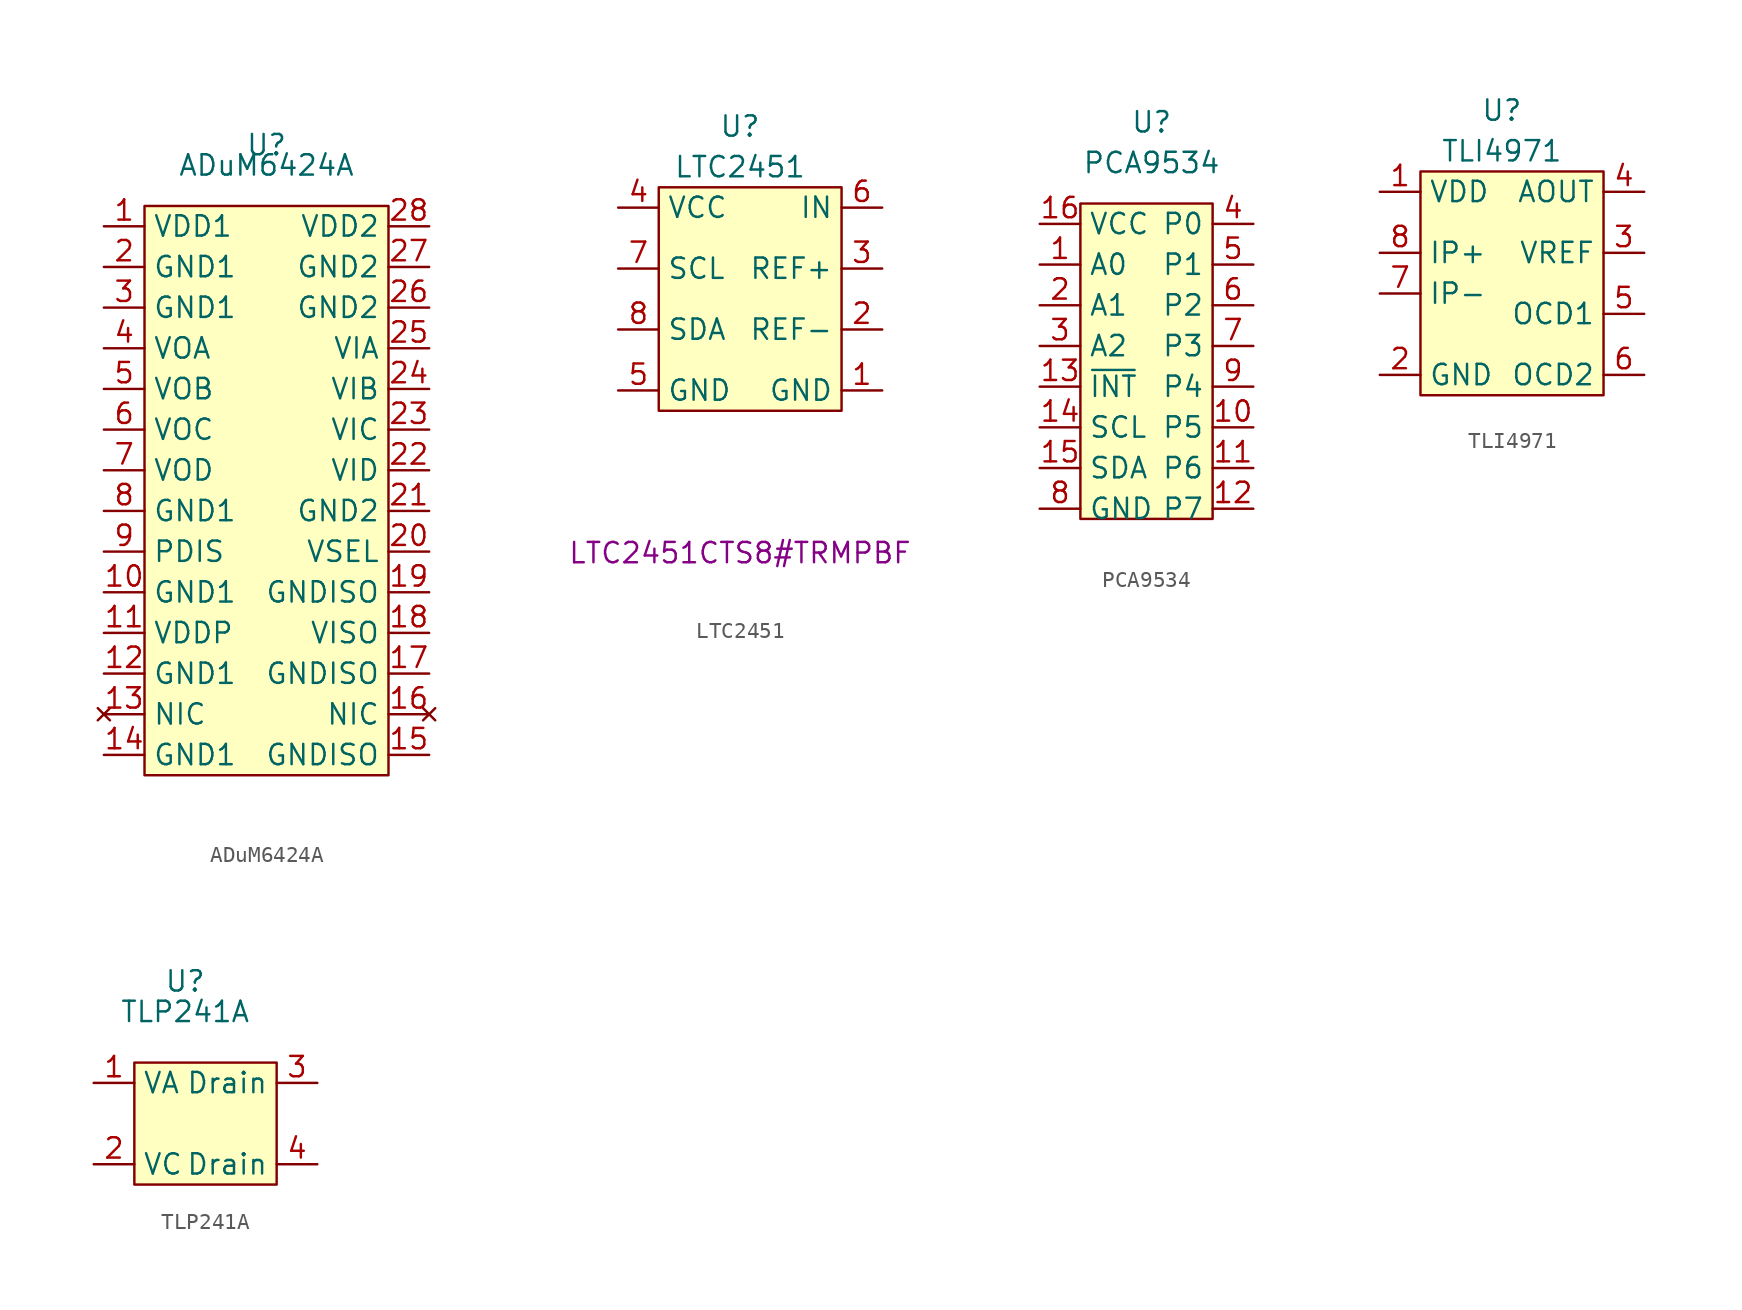
<source format=kicad_sym>
(kicad_symbol_lib
  (version 20211014)
  (generator kicad_symbol_editor)
  (symbol "ADuM6424A"
    (property "Reference" "U"
      (at 0 5.08 0)
      (effects (font (size 1.27 1.27))))
    (property "Value" "ADuM6424A"
      (at 0 3.81 0)
      (effects (font (size 1.27 1.27))))
    (symbol "ADuM6424A_0_0"
      (pin power_in line (at -10.16 0 0) (length 2.54) (name "VDD1" (effects (font (size 1.27 1.27)))) (number "1" (effects (font (size 1.27 1.27)))))
      (pin power_in line (at -10.16 -22.86 0) (length 2.54) (name "GND1" (effects (font (size 1.27 1.27)))) (number "10" (effects (font (size 1.27 1.27)))))
      (pin power_in line (at -10.16 -25.4 0) (length 2.54) (name "VDDP" (effects (font (size 1.27 1.27)))) (number "11" (effects (font (size 1.27 1.27)))))
      (pin power_in line (at -10.16 -27.94 0) (length 2.54) (name "GND1" (effects (font (size 1.27 1.27)))) (number "12" (effects (font (size 1.27 1.27)))))
      (pin no_connect line (at -10.16 -30.48 0) (length 2.54) (name "NIC" (effects (font (size 1.27 1.27)))) (number "13" (effects (font (size 1.27 1.27)))))
      (pin power_in line (at -10.16 -33.02 0) (length 2.54) (name "GND1" (effects (font (size 1.27 1.27)))) (number "14" (effects (font (size 1.27 1.27)))))
      (pin power_in line (at 10.16 -33.02 180) (length 2.54) (name "GNDISO" (effects (font (size 1.27 1.27)))) (number "15" (effects (font (size 1.27 1.27)))))
      (pin no_connect line (at 10.16 -30.48 180) (length 2.54) (name "NIC" (effects (font (size 1.27 1.27)))) (number "16" (effects (font (size 1.27 1.27)))))
      (pin power_in line (at 10.16 -27.94 180) (length 2.54) (name "GNDISO" (effects (font (size 1.27 1.27)))) (number "17" (effects (font (size 1.27 1.27)))))
      (pin power_out line (at 10.16 -25.4 180) (length 2.54) (name "VISO" (effects (font (size 1.27 1.27)))) (number "18" (effects (font (size 1.27 1.27)))))
      (pin power_in line (at 10.16 -22.86 180) (length 2.54) (name "GNDISO" (effects (font (size 1.27 1.27)))) (number "19" (effects (font (size 1.27 1.27)))))
      (pin power_in line (at -10.16 -2.54 0) (length 2.54) (name "GND1" (effects (font (size 1.27 1.27)))) (number "2" (effects (font (size 1.27 1.27)))))
      (pin input line (at 10.16 -20.32 180) (length 2.54) (name "VSEL" (effects (font (size 1.27 1.27)))) (number "20" (effects (font (size 1.27 1.27)))))
      (pin power_in line (at 10.16 -17.78 180) (length 2.54) (name "GND2" (effects (font (size 1.27 1.27)))) (number "21" (effects (font (size 1.27 1.27)))))
      (pin input line (at 10.16 -15.24 180) (length 2.54) (name "VID" (effects (font (size 1.27 1.27)))) (number "22" (effects (font (size 1.27 1.27)))))
      (pin input line (at 10.16 -12.7 180) (length 2.54) (name "VIC" (effects (font (size 1.27 1.27)))) (number "23" (effects (font (size 1.27 1.27)))))
      (pin input line (at 10.16 -10.16 180) (length 2.54) (name "VIB" (effects (font (size 1.27 1.27)))) (number "24" (effects (font (size 1.27 1.27)))))
      (pin input line (at 10.16 -7.62 180) (length 2.54) (name "VIA" (effects (font (size 1.27 1.27)))) (number "25" (effects (font (size 1.27 1.27)))))
      (pin power_in line (at 10.16 -5.08 180) (length 2.54) (name "GND2" (effects (font (size 1.27 1.27)))) (number "26" (effects (font (size 1.27 1.27)))))
      (pin power_in line (at 10.16 -2.54 180) (length 2.54) (name "GND2" (effects (font (size 1.27 1.27)))) (number "27" (effects (font (size 1.27 1.27)))))
      (pin power_in line (at 10.16 0 180) (length 2.54) (name "VDD2" (effects (font (size 1.27 1.27)))) (number "28" (effects (font (size 1.27 1.27)))))
      (pin power_in line (at -10.16 -5.08 0) (length 2.54) (name "GND1" (effects (font (size 1.27 1.27)))) (number "3" (effects (font (size 1.27 1.27)))))
      (pin output line (at -10.16 -7.62 0) (length 2.54) (name "VOA" (effects (font (size 1.27 1.27)))) (number "4" (effects (font (size 1.27 1.27)))))
      (pin output line (at -10.16 -10.16 0) (length 2.54) (name "VOB" (effects (font (size 1.27 1.27)))) (number "5" (effects (font (size 1.27 1.27)))))
      (pin output line (at -10.16 -12.7 0) (length 2.54) (name "VOC" (effects (font (size 1.27 1.27)))) (number "6" (effects (font (size 1.27 1.27)))))
      (pin output line (at -10.16 -15.24 0) (length 2.54) (name "VOD" (effects (font (size 1.27 1.27)))) (number "7" (effects (font (size 1.27 1.27)))))
      (pin power_in line (at -10.16 -17.78 0) (length 2.54) (name "GND1" (effects (font (size 1.27 1.27)))) (number "8" (effects (font (size 1.27 1.27)))))
      (pin input line (at -10.16 -20.32 0) (length 2.54) (name "PDIS" (effects (font (size 1.27 1.27)))) (number "9" (effects (font (size 1.27 1.27))))))
    (symbol "ADuM6424A_0_1"
      (rectangle (start -7.62 1.27) (end 7.62 -34.29) (stroke (width 0) (type default) (color 0 0 0 0)) (fill (type background)))))
  (symbol "LTC2451"
    (property "Reference" "U"
      (at 0 3.81 0)
      (effects (font (size 1.27 1.27))))
    (property "Value" "LTC2451"
      (at 0 1.27 0)
      (effects (font (size 1.27 1.27))))
    (property "MPN" "LTC2451CTS8#TRMPBF"
      (at 0 -22.86 0)
      (effects (font (size 1.27 1.27))))
    (symbol "LTC2451_0_0"
      (pin power_in line (at 8.89 -12.7 180) (length 2.54) (name "GND" (effects (font (size 1.27 1.27)))) (number "1" (effects (font (size 1.27 1.27)))))
      (pin input line (at 8.89 -8.89 180) (length 2.54) (name "REF-" (effects (font (size 1.27 1.27)))) (number "2" (effects (font (size 1.27 1.27)))))
      (pin input line (at 8.89 -5.08 180) (length 2.54) (name "REF+" (effects (font (size 1.27 1.27)))) (number "3" (effects (font (size 1.27 1.27)))))
      (pin power_in line (at -7.62 -1.27 0) (length 2.54) (name "VCC" (effects (font (size 1.27 1.27)))) (number "4" (effects (font (size 1.27 1.27)))))
      (pin power_in line (at -7.62 -12.7 0) (length 2.54) (name "GND" (effects (font (size 1.27 1.27)))) (number "5" (effects (font (size 1.27 1.27)))))
      (pin input line (at 8.89 -1.27 180) (length 2.54) (name "IN" (effects (font (size 1.27 1.27)))) (number "6" (effects (font (size 1.27 1.27)))))
      (pin input line (at -7.62 -5.08 0) (length 2.54) (name "SCL" (effects (font (size 1.27 1.27)))) (number "7" (effects (font (size 1.27 1.27)))))
      (pin bidirectional line (at -7.62 -8.89 0) (length 2.54) (name "SDA" (effects (font (size 1.27 1.27)))) (number "8" (effects (font (size 1.27 1.27))))))
    (symbol "LTC2451_0_1"
      (rectangle (start -5.08 0) (end 6.35 -13.97) (stroke (width 0) (type default) (color 0 0 0 0)) (fill (type background)))))
  (symbol "PCA9534"
    (property "Reference" "U"
      (at 0 3.81 0)
      (effects (font (size 1.27 1.27))))
    (property "Value" "PCA9534"
      (at 0 1.27 0)
      (effects (font (size 1.27 1.27))))
    (symbol "PCA9534_0_0"
      (pin input line (at -6.985 -5.08 0) (length 2.54) (name "A0" (effects (font (size 1.27 1.27)))) (number "1" (effects (font (size 1.27 1.27)))))
      (pin bidirectional line (at 6.35 -15.24 180) (length 2.54) (name "P5" (effects (font (size 1.27 1.27)))) (number "10" (effects (font (size 1.27 1.27)))))
      (pin bidirectional line (at 6.35 -17.78 180) (length 2.54) (name "P6" (effects (font (size 1.27 1.27)))) (number "11" (effects (font (size 1.27 1.27)))))
      (pin bidirectional line (at 6.35 -20.32 180) (length 2.54) (name "P7" (effects (font (size 1.27 1.27)))) (number "12" (effects (font (size 1.27 1.27)))))
      (pin output line (at -6.985 -12.7 0) (length 2.54) (name "~{INT}" (effects (font (size 1.27 1.27)))) (number "13" (effects (font (size 1.27 1.27)))))
      (pin input line (at -6.985 -15.24 0) (length 2.54) (name "SCL" (effects (font (size 1.27 1.27)))) (number "14" (effects (font (size 1.27 1.27)))))
      (pin bidirectional line (at -6.985 -17.78 0) (length 2.54) (name "SDA" (effects (font (size 1.27 1.27)))) (number "15" (effects (font (size 1.27 1.27)))))
      (pin power_in line (at -6.985 -2.54 0) (length 2.54) (name "VCC" (effects (font (size 1.27 1.27)))) (number "16" (effects (font (size 1.27 1.27)))))
      (pin input line (at -6.985 -7.62 0) (length 2.54) (name "A1" (effects (font (size 1.27 1.27)))) (number "2" (effects (font (size 1.27 1.27)))))
      (pin input line (at -6.985 -10.16 0) (length 2.54) (name "A2" (effects (font (size 1.27 1.27)))) (number "3" (effects (font (size 1.27 1.27)))))
      (pin bidirectional line (at 6.35 -2.54 180) (length 2.54) (name "P0" (effects (font (size 1.27 1.27)))) (number "4" (effects (font (size 1.27 1.27)))))
      (pin bidirectional line (at 6.35 -5.08 180) (length 2.54) (name "P1" (effects (font (size 1.27 1.27)))) (number "5" (effects (font (size 1.27 1.27)))))
      (pin bidirectional line (at 6.35 -7.62 180) (length 2.54) (name "P2" (effects (font (size 1.27 1.27)))) (number "6" (effects (font (size 1.27 1.27)))))
      (pin bidirectional line (at 6.35 -10.16 180) (length 2.54) (name "P3" (effects (font (size 1.27 1.27)))) (number "7" (effects (font (size 1.27 1.27)))))
      (pin power_in line (at -6.985 -20.32 0) (length 2.54) (name "GND" (effects (font (size 1.27 1.27)))) (number "8" (effects (font (size 1.27 1.27)))))
      (pin bidirectional line (at 6.35 -12.7 180) (length 2.54) (name "P4" (effects (font (size 1.27 1.27)))) (number "9" (effects (font (size 1.27 1.27))))))
    (symbol "PCA9534_0_1"
      (rectangle (start 3.81 -1.27) (end -4.445 -20.955) (stroke (width 0) (type default) (color 0 0 0 0)) (fill (type background)))))
  (symbol "TLI4971"
    (property "Reference" "U"
      (at 0 5.08 0)
      (effects (font (size 1.27 1.27))))
    (property "Value" "TLI4971"
      (at 0 2.54 0)
      (effects (font (size 1.27 1.27))))
    (symbol "TLI4971_0_0"
      (pin power_in line (at -7.62 0 0) (length 2.54) (name "VDD" (effects (font (size 1.27 1.27)))) (number "1" (effects (font (size 1.27 1.27)))))
      (pin power_in line (at -7.62 -11.43 0) (length 2.54) (name "GND" (effects (font (size 1.27 1.27)))) (number "2" (effects (font (size 1.27 1.27)))))
      (pin bidirectional line (at 8.89 -3.81 180) (length 2.54) (name "VREF" (effects (font (size 1.27 1.27)))) (number "3" (effects (font (size 1.27 1.27)))))
      (pin bidirectional line (at 8.89 0 180) (length 2.54) (name "AOUT" (effects (font (size 1.27 1.27)))) (number "4" (effects (font (size 1.27 1.27)))))
      (pin output line (at 8.89 -7.62 180) (length 2.54) (name "OCD1" (effects (font (size 1.27 1.27)))) (number "5" (effects (font (size 1.27 1.27)))))
      (pin output line (at 8.89 -11.43 180) (length 2.54) (name "OCD2" (effects (font (size 1.27 1.27)))) (number "6" (effects (font (size 1.27 1.27)))))
      (pin output line (at -7.62 -6.35 0) (length 2.54) (name "IP-" (effects (font (size 1.27 1.27)))) (number "7" (effects (font (size 1.27 1.27)))))
      (pin input line (at -7.62 -3.81 0) (length 2.54) (name "IP+" (effects (font (size 1.27 1.27)))) (number "8" (effects (font (size 1.27 1.27))))))
    (symbol "TLI4971_0_1"
      (rectangle (start -5.08 1.27) (end 6.35 -12.7) (stroke (width 0) (type default) (color 0 0 0 0)) (fill (type background)))))
  (symbol "TLP241A"
    (property "Reference" "U"
      (at 0 3.175 0)
      (effects (font (size 1.27 1.27))))
    (property "Value" "TLP241A"
      (at 0 1.27 0)
      (effects (font (size 1.27 1.27))))
    (symbol "TLP241A_0_0"
      (pin input line (at -5.715 -3.175 0) (length 2.54) (name "VA" (effects (font (size 1.27 1.27)))) (number "1" (effects (font (size 1.27 1.27)))))
      (pin input line (at -5.715 -8.255 0) (length 2.54) (name "VC" (effects (font (size 1.27 1.27)))) (number "2" (effects (font (size 1.27 1.27)))))
      (pin bidirectional line (at 8.255 -3.175 180) (length 2.54) (name "Drain" (effects (font (size 1.27 1.27)))) (number "3" (effects (font (size 1.27 1.27)))))
      (pin bidirectional line (at 8.255 -8.255 180) (length 2.54) (name "Drain" (effects (font (size 1.27 1.27)))) (number "4" (effects (font (size 1.27 1.27))))))
    (symbol "TLP241A_0_1"
      (rectangle (start -3.175 -1.905) (end 5.715 -9.525) (stroke (width 0) (type default) (color 0 0 0 0)) (fill (type background))))))
</source>
